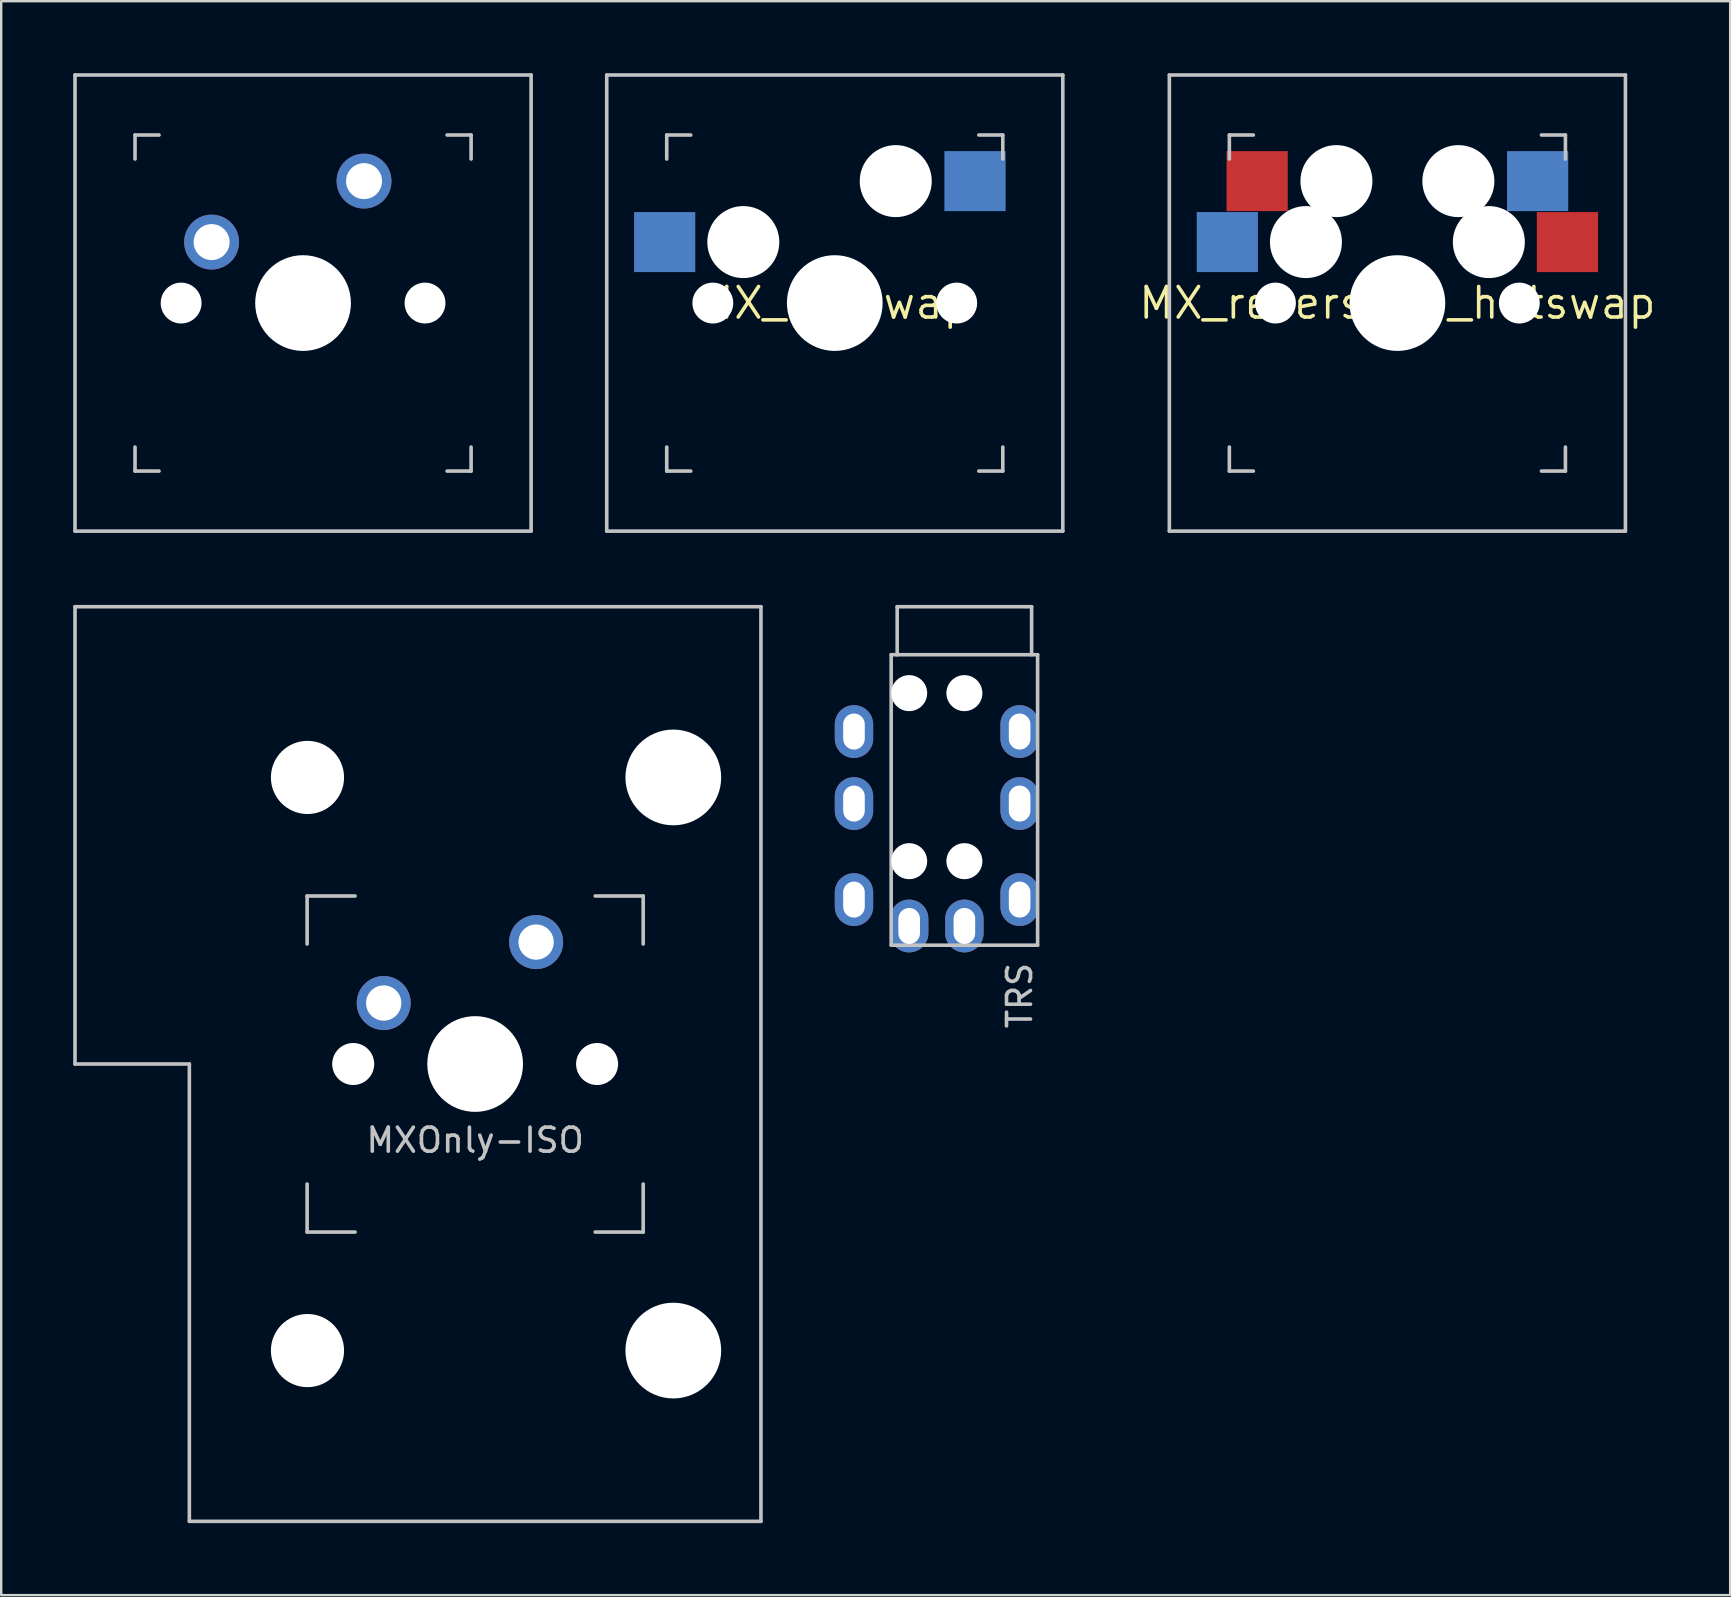
<source format=kicad_pcb>
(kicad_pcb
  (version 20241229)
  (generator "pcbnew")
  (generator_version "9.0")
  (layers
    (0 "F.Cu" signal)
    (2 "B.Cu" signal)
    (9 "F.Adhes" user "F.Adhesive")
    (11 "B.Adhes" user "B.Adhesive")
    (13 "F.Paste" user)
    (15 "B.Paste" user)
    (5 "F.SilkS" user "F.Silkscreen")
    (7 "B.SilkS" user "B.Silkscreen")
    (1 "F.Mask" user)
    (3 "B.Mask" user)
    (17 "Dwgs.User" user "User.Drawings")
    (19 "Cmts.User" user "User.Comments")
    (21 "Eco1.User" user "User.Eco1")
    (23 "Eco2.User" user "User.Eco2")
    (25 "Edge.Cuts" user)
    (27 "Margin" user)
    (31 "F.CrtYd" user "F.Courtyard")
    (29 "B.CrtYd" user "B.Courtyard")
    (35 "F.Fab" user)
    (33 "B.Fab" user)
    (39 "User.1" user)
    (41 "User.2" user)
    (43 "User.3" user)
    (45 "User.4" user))
  (footprint "MXOnly-ISO"
    (layer "F.Cu")
    (at 16.744 41.275)
    (property "Reference" "MXOnly-ISO" (at 0 3.175 0) (layer "Dwgs.User") (effects (font (size 1 1) (thickness 0.15))))
    (attr through_hole)
    (fp_line (start -16.669 -19.05) (end -16.669 0) (stroke (width 0.15) (type solid)) (layer "Dwgs.User"))
    (fp_line (start -16.669 -19.05) (end 11.906 -19.05) (stroke (width 0.15) (type solid)) (layer "Dwgs.User"))
    (fp_line (start -11.906 0) (end -16.669 0) (stroke (width 0.15) (type solid)) (layer "Dwgs.User"))
    (fp_line (start -11.906 19.05) (end -11.906 0) (stroke (width 0.15) (type solid)) (layer "Dwgs.User"))
    (fp_line (start -11.906 19.05) (end 11.906 19.05) (stroke (width 0.15) (type solid)) (layer "Dwgs.User"))
    (fp_line (start -7 -7) (end -7 -5) (stroke (width 0.15) (type solid)) (layer "Dwgs.User"))
    (fp_line (start -7 5) (end -7 7) (stroke (width 0.15) (type solid)) (layer "Dwgs.User"))
    (fp_line (start -7 7) (end -5 7) (stroke (width 0.15) (type solid)) (layer "Dwgs.User"))
    (fp_line (start -5 -7) (end -7 -7) (stroke (width 0.15) (type solid)) (layer "Dwgs.User"))
    (fp_line (start 5 -7) (end 7 -7) (stroke (width 0.15) (type solid)) (layer "Dwgs.User"))
    (fp_line (start 5 7) (end 7 7) (stroke (width 0.15) (type solid)) (layer "Dwgs.User"))
    (fp_line (start 7 -7) (end 7 -5) (stroke (width 0.15) (type solid)) (layer "Dwgs.User"))
    (fp_line (start 7 7) (end 7 5) (stroke (width 0.15) (type solid)) (layer "Dwgs.User"))
    (fp_line (start 11.906 -19.05) (end 11.906 19.05) (stroke (width 0.15) (type solid)) (layer "Dwgs.User"))
    (pad "" np_thru_hole circle (at -6.985 -11.938) (size 3.048 3.048) (drill 3.048) (layers "*.Cu" "*.Mask"))
    (pad "" np_thru_hole circle (at -6.985 11.938) (size 3.048 3.048) (drill 3.048) (layers "*.Cu" "*.Mask"))
    (pad "" np_thru_hole circle (at -5.08 0 48.1) (size 1.75 1.75) (drill 1.75) (layers "*.Cu" "*.Mask"))
    (pad "" np_thru_hole circle (at 0 0) (size 3.988 3.988) (drill 3.988) (layers "*.Cu" "*.Mask"))
    (pad "" np_thru_hole circle (at 5.08 0 48.1) (size 1.75 1.75) (drill 1.75) (layers "*.Cu" "*.Mask"))
    (pad "" np_thru_hole circle (at 8.255 -11.938) (size 3.988 3.988) (drill 3.988) (layers "*.Cu" "*.Mask"))
    (pad "" np_thru_hole circle (at 8.255 11.938) (size 3.988 3.988) (drill 3.988) (layers "*.Cu" "*.Mask"))
    (pad "1" thru_hole circle (at 2.54 -5.08) (size 2.25 2.25) (drill 1.47) (layers "*.Cu" "*.Mask"))
    (pad "2" thru_hole circle (at -3.81 -2.54) (size 2.25 2.25) (drill 1.47) (layers "*.Cu" "*.Mask")))
  (footprint "MX_reversible_hotswap"
    (layer "F.Cu")
    (at 55.163 9.575)
    (property "Reference" "MX_reversible_hotswap" (at 0 0 0) (layer "F.SilkS") (effects (font (size 1.27 1.27) (thickness 0.15))))
    (attr through_hole)
    (fp_line (start -9.5 -9.5) (end 9.5 -9.5) (stroke (width 0.15) (type solid)) (layer "Dwgs.User"))
    (fp_line (start -9.5 9.5) (end -9.5 -9.5) (stroke (width 0.15) (type solid)) (layer "Dwgs.User"))
    (fp_line (start -7 -6) (end -7 -7) (stroke (width 0.15) (type solid)) (layer "Dwgs.User"))
    (fp_line (start -7 7) (end -7 6) (stroke (width 0.15) (type solid)) (layer "Dwgs.User"))
    (fp_line (start -7 7) (end -6 7) (stroke (width 0.15) (type solid)) (layer "Dwgs.User"))
    (fp_line (start -6 -7) (end -7 -7) (stroke (width 0.15) (type solid)) (layer "Dwgs.User"))
    (fp_line (start 6 7) (end 7 7) (stroke (width 0.15) (type solid)) (layer "Dwgs.User"))
    (fp_line (start 7 -7) (end 6 -7) (stroke (width 0.15) (type solid)) (layer "Dwgs.User"))
    (fp_line (start 7 -7) (end 7 -6) (stroke (width 0.15) (type solid)) (layer "Dwgs.User"))
    (fp_line (start 7 6) (end 7 7) (stroke (width 0.15) (type solid)) (layer "Dwgs.User"))
    (fp_line (start 9.5 -9.5) (end 9.5 9.5) (stroke (width 0.15) (type solid)) (layer "Dwgs.User"))
    (fp_line (start 9.5 9.5) (end -9.5 9.5) (stroke (width 0.15) (type solid)) (layer "Dwgs.User"))
    (pad "" np_thru_hole circle (at -5.08 0) (size 1.702 1.702) (drill 1.702) (layers "*.Cu" "*.Mask"))
    (pad "" np_thru_hole circle (at -3.81 -2.54) (size 3 3) (drill 3) (layers "*.Cu" "*.Mask"))
    (pad "" np_thru_hole circle (at -2.54 -5.08) (size 3 3) (drill 3) (layers "*.Cu" "*.Mask"))
    (pad "" np_thru_hole circle (at 0 0) (size 3.988 3.988) (drill 3.988) (layers "*.Cu" "*.Mask"))
    (pad "" np_thru_hole circle (at 2.54 -5.08) (size 3 3) (drill 3) (layers "*.Cu" "*.Mask"))
    (pad "" np_thru_hole circle (at 3.81 -2.54) (size 3 3) (drill 3) (layers "*.Cu" "*.Mask"))
    (pad "" np_thru_hole circle (at 5.08 0) (size 1.702 1.702) (drill 1.702) (layers "*.Cu" "*.Mask"))
    (pad "1" smd rect (at -7.085 -2.54 180) (size 2.55 2.5) (layers "B.Cu" "B.Mask" "B.Paste"))
    (pad "1" smd rect (at 7.085 -2.54 180) (size 2.55 2.5) (layers "F.Cu" "F.Mask" "F.Paste"))
    (pad "2" smd rect (at -5.842 -5.08 180) (size 2.55 2.5) (layers "F.Cu" "F.Mask" "F.Paste"))
    (pad "2" smd rect (at 5.842 -5.08 180) (size 2.55 2.5) (layers "B.Cu" "B.Mask" "B.Paste")))
  (footprint "MX_hotswap"
    (layer "F.Cu")
    (at 31.725 9.575)
    (property "Reference" "MX_hotswap" (at 0 0 0) (layer "F.SilkS") (effects (font (size 1.27 1.27) (thickness 0.15))))
    (attr through_hole)
    (fp_line (start -9.5 -9.5) (end 9.5 -9.5) (stroke (width 0.15) (type solid)) (layer "Dwgs.User"))
    (fp_line (start -9.5 9.5) (end -9.5 -9.5) (stroke (width 0.15) (type solid)) (layer "Dwgs.User"))
    (fp_line (start -7 -6) (end -7 -7) (stroke (width 0.15) (type solid)) (layer "Dwgs.User"))
    (fp_line (start -7 7) (end -7 6) (stroke (width 0.15) (type solid)) (layer "Dwgs.User"))
    (fp_line (start -7 7) (end -6 7) (stroke (width 0.15) (type solid)) (layer "Dwgs.User"))
    (fp_line (start -6 -7) (end -7 -7) (stroke (width 0.15) (type solid)) (layer "Dwgs.User"))
    (fp_line (start 6 7) (end 7 7) (stroke (width 0.15) (type solid)) (layer "Dwgs.User"))
    (fp_line (start 7 -7) (end 6 -7) (stroke (width 0.15) (type solid)) (layer "Dwgs.User"))
    (fp_line (start 7 -7) (end 7 -6) (stroke (width 0.15) (type solid)) (layer "Dwgs.User"))
    (fp_line (start 7 6) (end 7 7) (stroke (width 0.15) (type solid)) (layer "Dwgs.User"))
    (fp_line (start 9.5 -9.5) (end 9.5 9.5) (stroke (width 0.15) (type solid)) (layer "Dwgs.User"))
    (fp_line (start 9.5 9.5) (end -9.5 9.5) (stroke (width 0.15) (type solid)) (layer "Dwgs.User"))
    (pad "" np_thru_hole circle (at -5.08 0) (size 1.702 1.702) (drill 1.702) (layers "*.Cu" "*.Mask"))
    (pad "" np_thru_hole circle (at -3.81 -2.54) (size 3 3) (drill 3) (layers "*.Cu" "*.Mask"))
    (pad "" np_thru_hole circle (at 0 0) (size 3.988 3.988) (drill 3.988) (layers "*.Cu" "*.Mask"))
    (pad "" np_thru_hole circle (at 2.54 -5.08) (size 3 3) (drill 3) (layers "*.Cu" "*.Mask"))
    (pad "" np_thru_hole circle (at 5.08 0) (size 1.702 1.702) (drill 1.702) (layers "*.Cu" "*.Mask"))
    (pad "1" smd rect (at -7.085 -2.54 180) (size 2.55 2.5) (layers "B.Cu" "B.Mask" "B.Paste"))
    (pad "2" smd rect (at 5.842 -5.08 180) (size 2.55 2.5) (layers "B.Cu" "B.Mask" "B.Paste")))
  (footprint "TRS"
    (layer "F.Cu")
    (at 39.425 24.225)
    (property "Reference" "TRS" (at 0 14.2 90) (layer "Dwgs.User") (effects (font (size 1 1) (thickness 0.15))))
    (attr through_hole)
    (fp_line (start -5.35 0) (end -5.35 12.1) (stroke (width 0.15) (type solid)) (layer "Dwgs.User"))
    (fp_line (start -5.1 0) (end -5.1 -2) (stroke (width 0.15) (type solid)) (layer "Dwgs.User"))
    (fp_line (start 0.5 -2) (end -5.1 -2) (stroke (width 0.15) (type solid)) (layer "Dwgs.User"))
    (fp_line (start 0.5 0) (end 0.5 -2) (stroke (width 0.15) (type solid)) (layer "Dwgs.User"))
    (fp_line (start 0.75 0) (end -5.35 0) (stroke (width 0.15) (type solid)) (layer "Dwgs.User"))
    (fp_line (start 0.75 0) (end 0.75 12.1) (stroke (width 0.15) (type solid)) (layer "Dwgs.User"))
    (fp_line (start 0.75 12.1) (end -5.35 12.1) (stroke (width 0.15) (type solid)) (layer "Dwgs.User"))
    (pad "" np_thru_hole circle (at -4.6 1.6 270) (size 1.5 1.5) (drill 1.5) (layers "*.Cu" "*.Mask"))
    (pad "" np_thru_hole circle (at -4.6 8.6 270) (size 1.5 1.5) (drill 1.5) (layers "*.Cu" "*.Mask"))
    (pad "" np_thru_hole circle (at -2.3 1.6 270) (size 1.5 1.5) (drill 1.5) (layers "*.Cu" "*.Mask"))
    (pad "" np_thru_hole circle (at -2.3 8.6 270) (size 1.5 1.5) (drill 1.5) (layers "*.Cu" "*.Mask"))
    (pad "1" thru_hole oval (at -4.6 11.3) (size 1.6 2.2) (drill oval 0.9 1.5) (layers "*.Cu" "*.Mask"))
    (pad "1" thru_hole oval (at -2.3 11.3) (size 1.6 2.2) (drill oval 0.9 1.5) (layers "*.Cu" "*.Mask"))
    (pad "2" thru_hole oval (at -6.9 10.2) (size 1.6 2.2) (drill oval 0.9 1.5) (layers "*.Cu" "*.Mask"))
    (pad "2" thru_hole oval (at 0 10.2) (size 1.6 2.2) (drill oval 0.9 1.5) (layers "*.Cu" "*.Mask"))
    (pad "3" thru_hole oval (at -6.9 6.2) (size 1.6 2.2) (drill oval 0.9 1.5) (layers "*.Cu" "*.Mask"))
    (pad "3" thru_hole oval (at 0 6.2) (size 1.6 2.2) (drill oval 0.9 1.5) (layers "*.Cu" "*.Mask"))
    (pad "4" thru_hole oval (at -6.9 3.2) (size 1.6 2.2) (drill oval 0.9 1.5) (layers "*.Cu" "*.Mask"))
    (pad "4" thru_hole oval (at 0 3.2) (size 1.6 2.2) (drill oval 0.9 1.5) (layers "*.Cu" "*.Mask")))
  (footprint "MX"
    (layer "F.Cu")
    (at 9.575 9.575)
    (property "Reference" "MX" (at 0 0 0) (layer "F.SilkS") (effects (font (size 1.27 1.27) (thickness 0.15))))
    (attr through_hole)
    (fp_line (start -9.5 -9.5) (end 9.5 -9.5) (stroke (width 0.15) (type solid)) (layer "Dwgs.User"))
    (fp_line (start -9.5 9.5) (end -9.5 -9.5) (stroke (width 0.15) (type solid)) (layer "Dwgs.User"))
    (fp_line (start -7 -6) (end -7 -7) (stroke (width 0.15) (type solid)) (layer "Dwgs.User"))
    (fp_line (start -7 7) (end -7 6) (stroke (width 0.15) (type solid)) (layer "Dwgs.User"))
    (fp_line (start -7 7) (end -6 7) (stroke (width 0.15) (type solid)) (layer "Dwgs.User"))
    (fp_line (start -6 -7) (end -7 -7) (stroke (width 0.15) (type solid)) (layer "Dwgs.User"))
    (fp_line (start 6 7) (end 7 7) (stroke (width 0.15) (type solid)) (layer "Dwgs.User"))
    (fp_line (start 7 -7) (end 6 -7) (stroke (width 0.15) (type solid)) (layer "Dwgs.User"))
    (fp_line (start 7 -7) (end 7 -6) (stroke (width 0.15) (type solid)) (layer "Dwgs.User"))
    (fp_line (start 7 6) (end 7 7) (stroke (width 0.15) (type solid)) (layer "Dwgs.User"))
    (fp_line (start 9.5 -9.5) (end 9.5 9.5) (stroke (width 0.15) (type solid)) (layer "Dwgs.User"))
    (fp_line (start 9.5 9.5) (end -9.5 9.5) (stroke (width 0.15) (type solid)) (layer "Dwgs.User"))
    (pad "" np_thru_hole circle (at -5.08 0) (size 1.702 1.702) (drill 1.702) (layers "*.Cu" "*.Mask"))
    (pad "" np_thru_hole circle (at 0 0) (size 3.988 3.988) (drill 3.988) (layers "*.Cu" "*.Mask"))
    (pad "" np_thru_hole circle (at 5.08 0) (size 1.702 1.702) (drill 1.702) (layers "*.Cu" "*.Mask"))
    (pad "1" thru_hole circle (at 2.54 -5.08) (size 2.286 2.286) (drill 1.499) (layers "*.Cu" "*.Mask"))
    (pad "2" thru_hole circle (at -3.81 -2.54) (size 2.286 2.286) (drill 1.499) (layers "*.Cu" "*.Mask")))
  (gr_rect
    (start -3 -3)
    (end 69.026 63.4)
    (stroke (width 0.1) (type default))
    (fill no)
    (layer "Edge.Cuts")))
</source>
